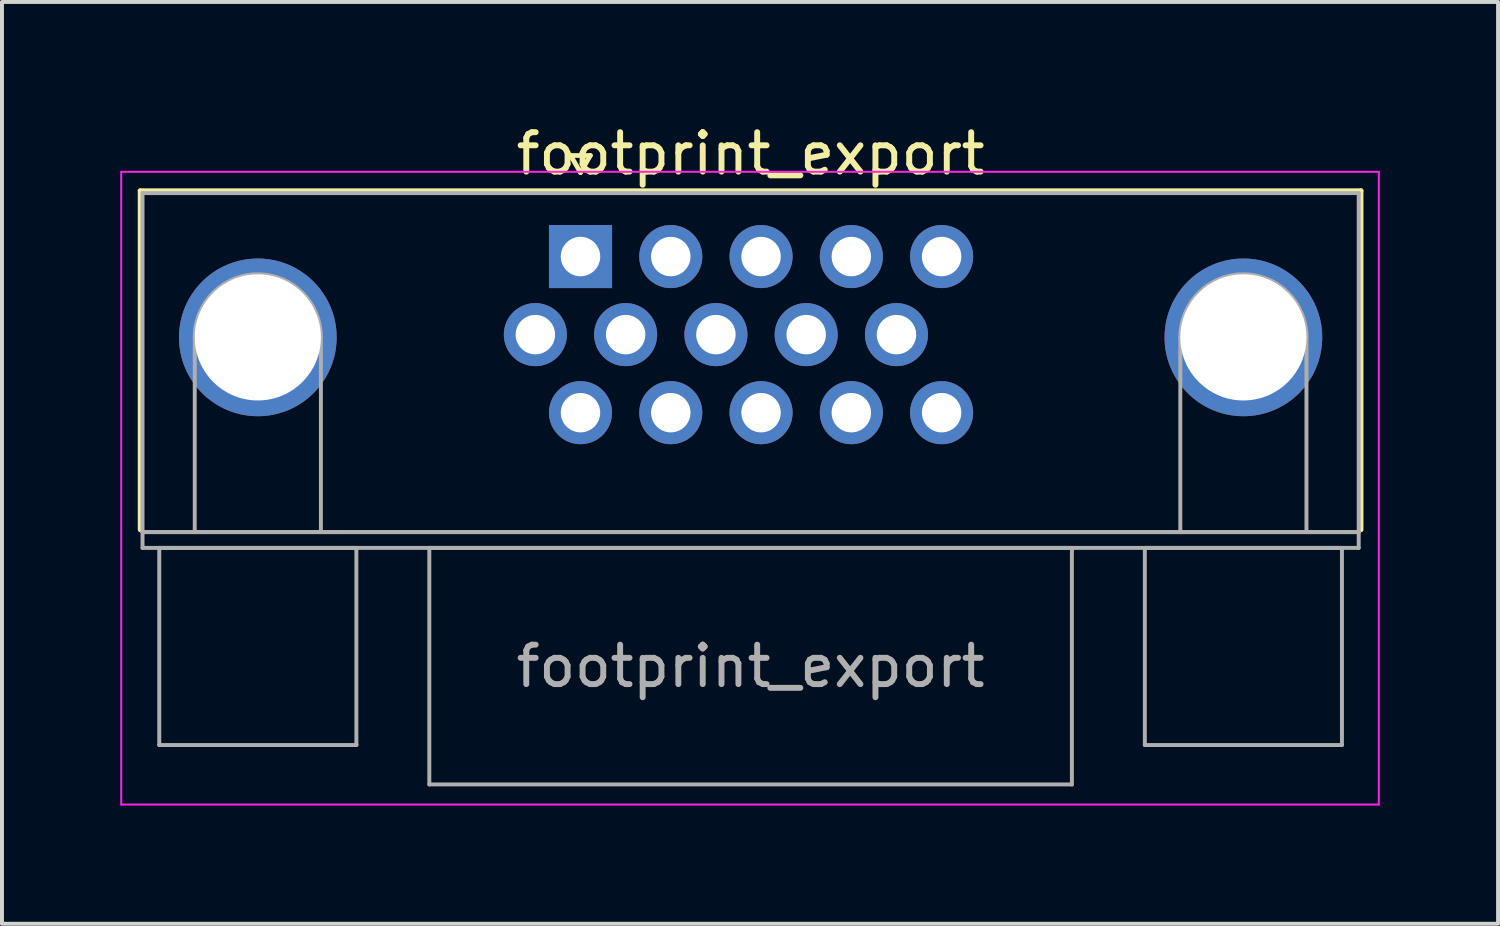
<source format=kicad_pcb>
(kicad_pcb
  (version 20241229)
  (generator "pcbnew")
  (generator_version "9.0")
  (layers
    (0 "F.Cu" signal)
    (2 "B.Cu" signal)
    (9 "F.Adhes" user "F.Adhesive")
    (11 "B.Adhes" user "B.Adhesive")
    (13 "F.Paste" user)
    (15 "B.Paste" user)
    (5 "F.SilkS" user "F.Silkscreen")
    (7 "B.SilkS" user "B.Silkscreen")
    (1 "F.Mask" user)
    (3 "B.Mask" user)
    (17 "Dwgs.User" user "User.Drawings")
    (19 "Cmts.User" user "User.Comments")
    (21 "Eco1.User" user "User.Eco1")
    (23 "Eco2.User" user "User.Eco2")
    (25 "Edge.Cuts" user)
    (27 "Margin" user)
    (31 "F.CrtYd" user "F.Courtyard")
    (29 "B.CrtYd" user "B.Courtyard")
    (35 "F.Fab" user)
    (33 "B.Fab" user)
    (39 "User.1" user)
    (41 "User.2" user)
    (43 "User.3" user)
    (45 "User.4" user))
  (footprint "footprint_export"
    (layer "F.Cu")
    (at 11.675 3.458)
    (property "Reference" "footprint_export" (at 4.315 -2.61 0) (layer "F.SilkS") (effects (font (size 1 1) (thickness 0.15))))
    (attr through_hole)
    (fp_line (start -11.17 -1.67) (end 19.8 -1.67) (stroke (width 0.12) (type solid)) (layer "F.SilkS"))
    (fp_line (start -11.17 6.93) (end -11.17 -1.67) (stroke (width 0.12) (type solid)) (layer "F.SilkS"))
    (fp_line (start -0.25 -2.564) (end 0.25 -2.564) (stroke (width 0.12) (type solid)) (layer "F.SilkS"))
    (fp_line (start 0 -2.131) (end -0.25 -2.564) (stroke (width 0.12) (type solid)) (layer "F.SilkS"))
    (fp_line (start 0.25 -2.564) (end 0 -2.131) (stroke (width 0.12) (type solid)) (layer "F.SilkS"))
    (fp_line (start 19.8 -1.67) (end 19.8 6.93) (stroke (width 0.12) (type solid)) (layer "F.SilkS"))
    (fp_line (start -11.65 -2.15) (end -11.65 13.9) (stroke (width 0.05) (type solid)) (layer "F.CrtYd"))
    (fp_line (start -11.65 13.9) (end 20.25 13.9) (stroke (width 0.05) (type solid)) (layer "F.CrtYd"))
    (fp_line (start 20.25 -2.15) (end -11.65 -2.15) (stroke (width 0.05) (type solid)) (layer "F.CrtYd"))
    (fp_line (start 20.25 13.9) (end 20.25 -2.15) (stroke (width 0.05) (type solid)) (layer "F.CrtYd"))
    (fp_line (start -11.11 -1.61) (end -11.11 6.99) (stroke (width 0.1) (type solid)) (layer "F.Fab"))
    (fp_line (start -11.11 6.99) (end -11.11 7.39) (stroke (width 0.1) (type solid)) (layer "F.Fab"))
    (fp_line (start -11.11 6.99) (end 19.74 6.99) (stroke (width 0.1) (type solid)) (layer "F.Fab"))
    (fp_line (start -11.11 7.39) (end 19.74 7.39) (stroke (width 0.1) (type solid)) (layer "F.Fab"))
    (fp_line (start -10.685 7.39) (end -10.685 12.39) (stroke (width 0.1) (type solid)) (layer "F.Fab"))
    (fp_line (start -10.685 12.39) (end -5.685 12.39) (stroke (width 0.1) (type solid)) (layer "F.Fab"))
    (fp_line (start -9.785 6.99) (end -9.785 2.05) (stroke (width 0.1) (type solid)) (layer "F.Fab"))
    (fp_line (start -6.585 6.99) (end -6.585 2.05) (stroke (width 0.1) (type solid)) (layer "F.Fab"))
    (fp_line (start -5.685 7.39) (end -10.685 7.39) (stroke (width 0.1) (type solid)) (layer "F.Fab"))
    (fp_line (start -5.685 12.39) (end -5.685 7.39) (stroke (width 0.1) (type solid)) (layer "F.Fab"))
    (fp_line (start -3.835 7.39) (end -3.835 13.39) (stroke (width 0.1) (type solid)) (layer "F.Fab"))
    (fp_line (start -3.835 13.39) (end 12.465 13.39) (stroke (width 0.1) (type solid)) (layer "F.Fab"))
    (fp_line (start 12.465 7.39) (end -3.835 7.39) (stroke (width 0.1) (type solid)) (layer "F.Fab"))
    (fp_line (start 12.465 13.39) (end 12.465 7.39) (stroke (width 0.1) (type solid)) (layer "F.Fab"))
    (fp_line (start 14.315 7.39) (end 14.315 12.39) (stroke (width 0.1) (type solid)) (layer "F.Fab"))
    (fp_line (start 14.315 12.39) (end 19.315 12.39) (stroke (width 0.1) (type solid)) (layer "F.Fab"))
    (fp_line (start 15.215 6.99) (end 15.215 2.05) (stroke (width 0.1) (type solid)) (layer "F.Fab"))
    (fp_line (start 18.415 6.99) (end 18.415 2.05) (stroke (width 0.1) (type solid)) (layer "F.Fab"))
    (fp_line (start 19.315 7.39) (end 14.315 7.39) (stroke (width 0.1) (type solid)) (layer "F.Fab"))
    (fp_line (start 19.315 12.39) (end 19.315 7.39) (stroke (width 0.1) (type solid)) (layer "F.Fab"))
    (fp_line (start 19.74 -1.61) (end -11.11 -1.61) (stroke (width 0.1) (type solid)) (layer "F.Fab"))
    (fp_line (start 19.74 6.99) (end -11.11 6.99) (stroke (width 0.1) (type solid)) (layer "F.Fab"))
    (fp_line (start 19.74 6.99) (end 19.74 -1.61) (stroke (width 0.1) (type solid)) (layer "F.Fab"))
    (fp_line (start 19.74 7.39) (end 19.74 6.99) (stroke (width 0.1) (type solid)) (layer "F.Fab"))
    (fp_arc (start -9.785 2.05) (mid -8.185 0.45) (end -6.585 2.05) (stroke (width 0.1) (type solid)) (layer "F.Fab"))
    (fp_arc (start 15.215 2.05) (mid 16.815 0.45) (end 18.415 2.05) (stroke (width 0.1) (type solid)) (layer "F.Fab"))
    (fp_text user "${REFERENCE}" (at 4.315 10.39 0) (layer "F.Fab") (effects (font (size 1 1) (thickness 0.15))))
    (pad "0" thru_hole circle (at -8.185 2.05) (size 4 4) (drill 3.2) (layers "*.Cu" "*.Mask"))
    (pad "0" thru_hole circle (at 16.815 2.05) (size 4 4) (drill 3.2) (layers "*.Cu" "*.Mask"))
    (pad "1" thru_hole rect (at 0 0) (size 1.6 1.6) (drill 1) (layers "*.Cu" "*.Mask"))
    (pad "2" thru_hole circle (at 2.29 0) (size 1.6 1.6) (drill 1) (layers "*.Cu" "*.Mask"))
    (pad "3" thru_hole circle (at 4.58 0) (size 1.6 1.6) (drill 1) (layers "*.Cu" "*.Mask"))
    (pad "4" thru_hole circle (at 6.87 0) (size 1.6 1.6) (drill 1) (layers "*.Cu" "*.Mask"))
    (pad "5" thru_hole circle (at 9.16 0) (size 1.6 1.6) (drill 1) (layers "*.Cu" "*.Mask"))
    (pad "6" thru_hole circle (at -1.145 1.98) (size 1.6 1.6) (drill 1) (layers "*.Cu" "*.Mask"))
    (pad "7" thru_hole circle (at 1.145 1.98) (size 1.6 1.6) (drill 1) (layers "*.Cu" "*.Mask"))
    (pad "8" thru_hole circle (at 3.435 1.98) (size 1.6 1.6) (drill 1) (layers "*.Cu" "*.Mask"))
    (pad "9" thru_hole circle (at 5.725 1.98) (size 1.6 1.6) (drill 1) (layers "*.Cu" "*.Mask"))
    (pad "10" thru_hole circle (at 8.015 1.98) (size 1.6 1.6) (drill 1) (layers "*.Cu" "*.Mask"))
    (pad "11" thru_hole circle (at 0 3.96) (size 1.6 1.6) (drill 1) (layers "*.Cu" "*.Mask"))
    (pad "12" thru_hole circle (at 2.29 3.96) (size 1.6 1.6) (drill 1) (layers "*.Cu" "*.Mask"))
    (pad "13" thru_hole circle (at 4.58 3.96) (size 1.6 1.6) (drill 1) (layers "*.Cu" "*.Mask"))
    (pad "14" thru_hole circle (at 6.87 3.96) (size 1.6 1.6) (drill 1) (layers "*.Cu" "*.Mask"))
    (pad "15" thru_hole circle (at 9.16 3.96) (size 1.6 1.6) (drill 1) (layers "*.Cu" "*.Mask")))
  (gr_rect
    (start -3 -3)
    (end 34.95 20.383)
    (stroke (width 0.1) (type default))
    (fill no)
    (layer "Edge.Cuts")))
</source>
